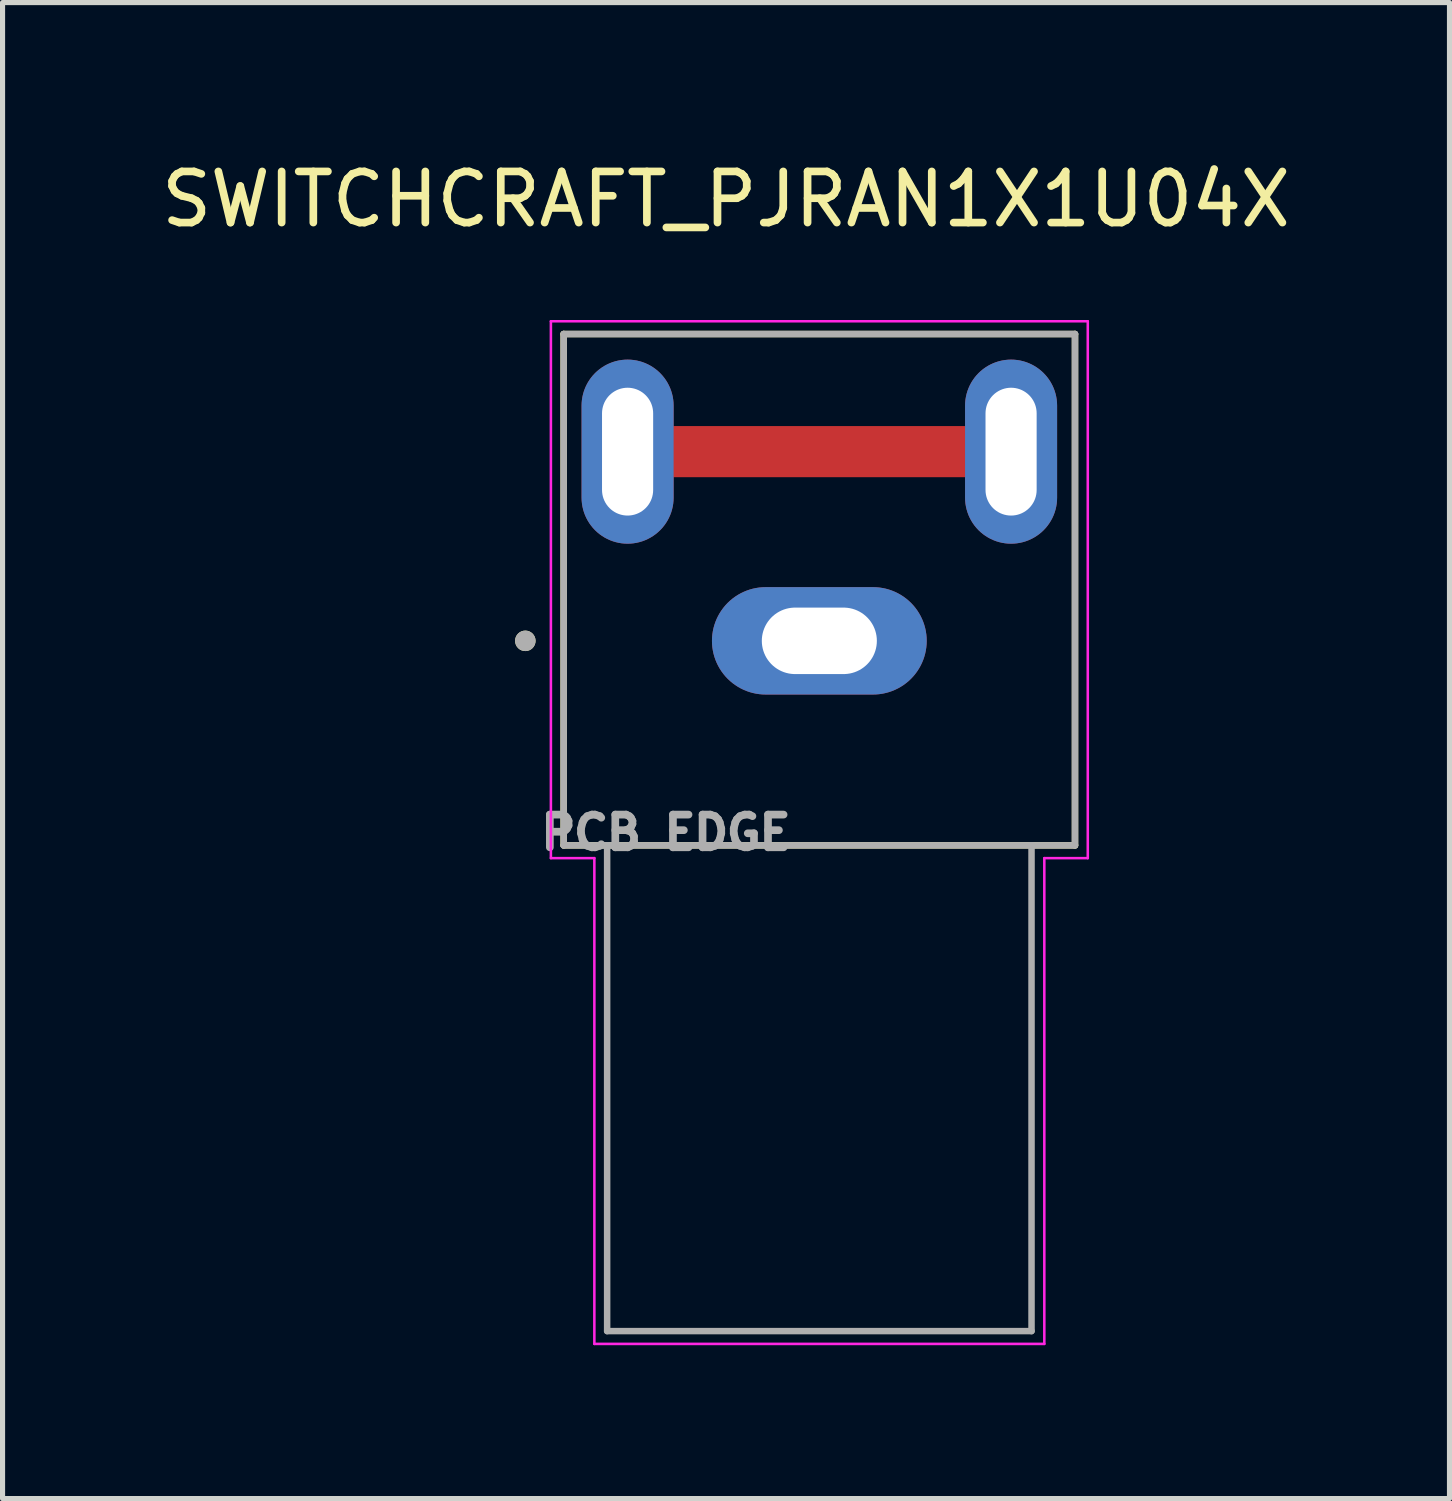
<source format=kicad_pcb>
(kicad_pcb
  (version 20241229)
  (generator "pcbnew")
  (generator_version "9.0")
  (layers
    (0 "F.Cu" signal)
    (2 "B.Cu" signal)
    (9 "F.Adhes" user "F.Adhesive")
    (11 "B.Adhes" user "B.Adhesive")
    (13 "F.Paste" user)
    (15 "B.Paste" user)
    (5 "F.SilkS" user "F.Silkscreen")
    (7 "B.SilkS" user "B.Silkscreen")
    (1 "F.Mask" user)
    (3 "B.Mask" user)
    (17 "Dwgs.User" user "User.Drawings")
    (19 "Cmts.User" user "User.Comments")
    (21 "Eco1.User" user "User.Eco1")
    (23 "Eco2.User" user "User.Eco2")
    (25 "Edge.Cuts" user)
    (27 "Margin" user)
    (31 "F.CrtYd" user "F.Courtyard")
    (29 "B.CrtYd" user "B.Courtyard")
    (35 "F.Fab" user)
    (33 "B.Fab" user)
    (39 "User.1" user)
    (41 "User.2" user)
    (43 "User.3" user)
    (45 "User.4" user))
  (footprint "SWITCHCRAFT_PJRAN1X1U04X"
    (layer "F.Cu")
    (at 12.974 9.483)
    (property "Reference" "SWITCHCRAFT_PJRAN1X1U04X" (at -1.825 -8.635 0) (layer "F.SilkS") (effects (font (size 1 1) (thickness 0.15))))
    (attr through_hole)
    (fp_line (start -3.75 -3.7) (end 3.75 -3.7) (stroke (width 1) (type solid)) (layer "F.Cu"))
    (fp_line (start -5 -6) (end -5 4) (stroke (width 0.127) (type solid)) (layer "F.SilkS"))
    (fp_line (start -5 4) (end 5 4) (stroke (width 0.127) (type solid)) (layer "F.SilkS"))
    (fp_line (start 5 -6) (end -5 -6) (stroke (width 0.127) (type solid)) (layer "F.SilkS"))
    (fp_line (start 5 4) (end 5 -6) (stroke (width 0.127) (type solid)) (layer "F.SilkS"))
    (fp_circle (center -5.75 0) (end -5.65 0) (stroke (width 0.2) (type solid)) (fill no) (layer "F.SilkS"))
    (fp_line (start -5.25 -6.25) (end -5.25 4.25) (stroke (width 0.05) (type solid)) (layer "F.CrtYd"))
    (fp_line (start -5.25 4.25) (end -4.4 4.25) (stroke (width 0.05) (type solid)) (layer "F.CrtYd"))
    (fp_line (start -4.4 4.25) (end -4.4 13.75) (stroke (width 0.05) (type solid)) (layer "F.CrtYd"))
    (fp_line (start -4.4 13.75) (end 4.4 13.75) (stroke (width 0.05) (type solid)) (layer "F.CrtYd"))
    (fp_line (start 4.4 4.25) (end 5.25 4.25) (stroke (width 0.05) (type solid)) (layer "F.CrtYd"))
    (fp_line (start 4.4 13.75) (end 4.4 4.25) (stroke (width 0.05) (type solid)) (layer "F.CrtYd"))
    (fp_line (start 5.25 -6.25) (end -5.25 -6.25) (stroke (width 0.05) (type solid)) (layer "F.CrtYd"))
    (fp_line (start 5.25 4.25) (end 5.25 -6.25) (stroke (width 0.05) (type solid)) (layer "F.CrtYd"))
    (fp_line (start -5 -6) (end -5 4) (stroke (width 0.127) (type solid)) (layer "F.Fab"))
    (fp_line (start -5 4) (end -4.15 4) (stroke (width 0.127) (type solid)) (layer "F.Fab"))
    (fp_line (start -4.15 4) (end -4.15 13.5) (stroke (width 0.127) (type solid)) (layer "F.Fab"))
    (fp_line (start -4.15 4) (end 4.15 4) (stroke (width 0.127) (type solid)) (layer "F.Fab"))
    (fp_line (start -4.15 13.5) (end 4.15 13.5) (stroke (width 0.127) (type solid)) (layer "F.Fab"))
    (fp_line (start 4.15 4) (end 5 4) (stroke (width 0.127) (type solid)) (layer "F.Fab"))
    (fp_line (start 4.15 13.5) (end 4.15 4) (stroke (width 0.127) (type solid)) (layer "F.Fab"))
    (fp_line (start 5 -6) (end -5 -6) (stroke (width 0.127) (type solid)) (layer "F.Fab"))
    (fp_line (start 5 4) (end 5 -6) (stroke (width 0.127) (type solid)) (layer "F.Fab"))
    (fp_circle (center -5.75 0) (end -5.65 0) (stroke (width 0.2) (type solid)) (fill no) (layer "F.Fab"))
    (fp_text user "PCB EDGE" (at -3 3.75 0) (layer "F.Fab") (effects (font (size 0.64 0.64) (thickness 0.15))))
    (pad "1" thru_hole oval (at -3.75 -3.7) (size 1.8 3.6) (drill oval 1 2.5) (layers "*.Cu" "*.Mask"))
    (pad "1" thru_hole oval (at 3.75 -3.7) (size 1.8 3.6) (drill oval 1 2.5) (layers "*.Cu" "*.Mask"))
    (pad "2" thru_hole oval (at 0 0) (size 4.2 2.1) (drill oval 2.25 1.3) (layers "*.Cu" "*.Mask")))
  (gr_rect
    (start -3 -3)
    (end 25.298 26.258)
    (stroke (width 0.1) (type default))
    (fill no)
    (layer "Edge.Cuts")))
</source>
